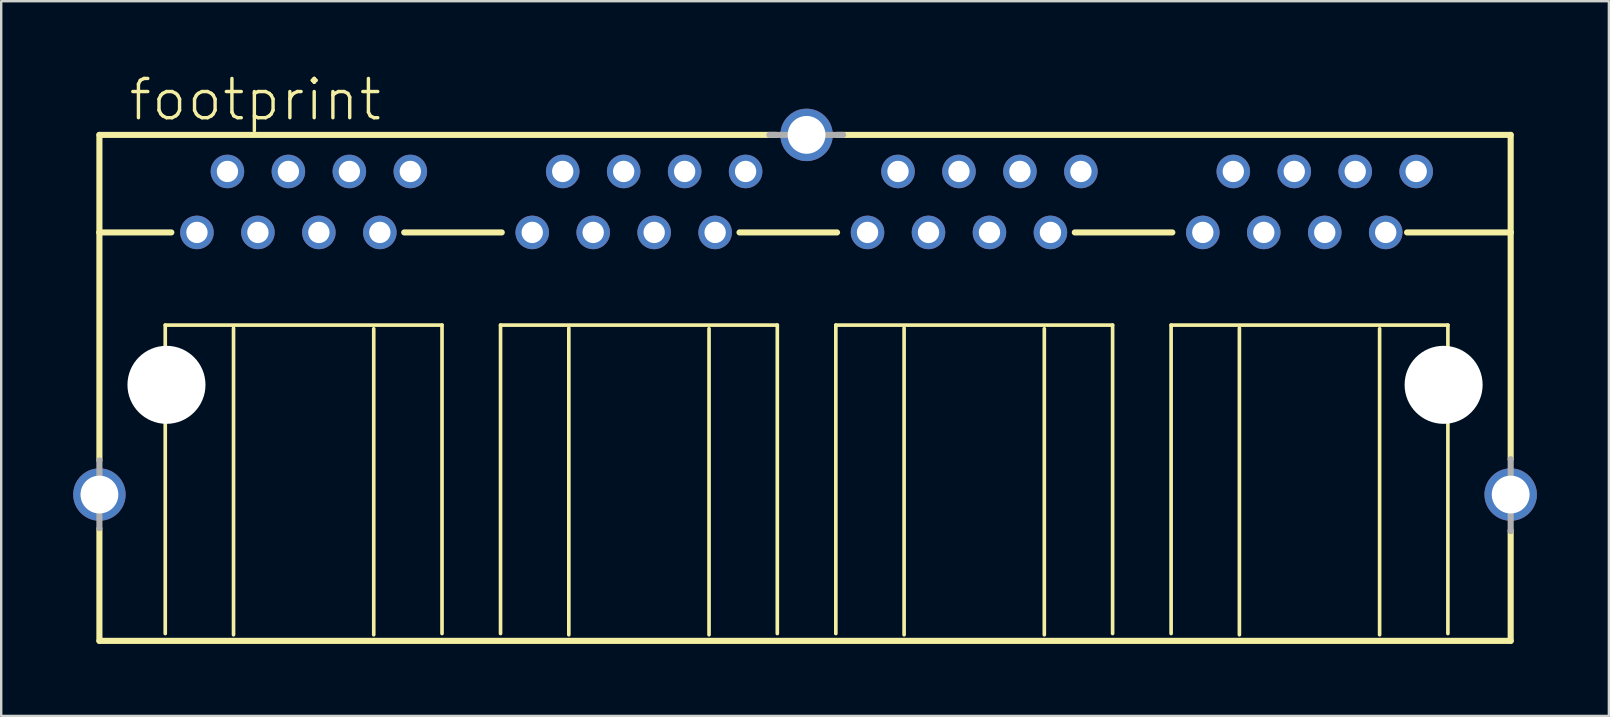
<source format=kicad_pcb>
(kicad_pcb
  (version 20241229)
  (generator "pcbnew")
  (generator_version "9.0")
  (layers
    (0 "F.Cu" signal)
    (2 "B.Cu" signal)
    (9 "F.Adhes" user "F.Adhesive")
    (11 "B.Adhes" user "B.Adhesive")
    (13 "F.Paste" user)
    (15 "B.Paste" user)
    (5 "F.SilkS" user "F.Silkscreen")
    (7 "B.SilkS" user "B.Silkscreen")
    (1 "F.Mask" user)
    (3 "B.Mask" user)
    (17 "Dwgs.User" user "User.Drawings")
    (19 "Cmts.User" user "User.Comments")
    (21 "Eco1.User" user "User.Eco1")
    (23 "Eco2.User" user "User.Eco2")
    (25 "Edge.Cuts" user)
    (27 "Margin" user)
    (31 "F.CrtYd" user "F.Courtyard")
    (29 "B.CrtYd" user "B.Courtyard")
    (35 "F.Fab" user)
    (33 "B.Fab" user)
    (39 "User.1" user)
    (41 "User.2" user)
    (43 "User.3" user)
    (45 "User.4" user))
  (footprint "footprint"
    (layer "F.Cu")
    (at 30.556 12.984)
    (property "Reference" "footprint" (at -28.321 -10.922 0) (layer "F.SilkS") (effects (font (size 1.636 1.636) (thickness 0.142)) (justify left bottom)))
    (fp_line (start -29.464 -10.414) (end -29.464 -6.35) (stroke (width 0.254) (type solid)) (layer "F.SilkS"))
    (fp_line (start -29.464 -6.35) (end -29.464 3.15) (stroke (width 0.254) (type solid)) (layer "F.SilkS"))
    (fp_line (start -29.464 5.994) (end -29.464 10.668) (stroke (width 0.254) (type solid)) (layer "F.SilkS"))
    (fp_line (start -29.464 10.668) (end 29.337 10.668) (stroke (width 0.254) (type solid)) (layer "F.SilkS"))
    (fp_line (start -26.721 -2.489) (end -26.721 10.363) (stroke (width 0.152) (type solid)) (layer "F.SilkS"))
    (fp_line (start -26.467 -6.35) (end -29.464 -6.35) (stroke (width 0.254) (type solid)) (layer "F.SilkS"))
    (fp_line (start -23.876 10.414) (end -23.876 -2.362) (stroke (width 0.152) (type solid)) (layer "F.SilkS"))
    (fp_line (start -18.034 -2.337) (end -18.034 10.414) (stroke (width 0.152) (type solid)) (layer "F.SilkS"))
    (fp_line (start -16.764 -6.35) (end -12.7 -6.35) (stroke (width 0.254) (type solid)) (layer "F.SilkS"))
    (fp_line (start -15.189 -2.489) (end -26.721 -2.489) (stroke (width 0.152) (type solid)) (layer "F.SilkS"))
    (fp_line (start -15.189 10.363) (end -15.189 -2.489) (stroke (width 0.152) (type solid)) (layer "F.SilkS"))
    (fp_line (start -12.751 -2.489) (end -12.751 10.363) (stroke (width 0.152) (type solid)) (layer "F.SilkS"))
    (fp_line (start -9.906 10.414) (end -9.906 -2.362) (stroke (width 0.152) (type solid)) (layer "F.SilkS"))
    (fp_line (start -4.064 -2.337) (end -4.064 10.414) (stroke (width 0.152) (type solid)) (layer "F.SilkS"))
    (fp_line (start -2.794 -6.35) (end 1.27 -6.35) (stroke (width 0.254) (type solid)) (layer "F.SilkS"))
    (fp_line (start -1.27 -10.414) (end -29.464 -10.414) (stroke (width 0.254) (type solid)) (layer "F.SilkS"))
    (fp_line (start -1.219 -2.489) (end -12.751 -2.489) (stroke (width 0.152) (type solid)) (layer "F.SilkS"))
    (fp_line (start -1.219 10.363) (end -1.219 -2.489) (stroke (width 0.152) (type solid)) (layer "F.SilkS"))
    (fp_line (start 1.219 -2.489) (end 1.219 10.363) (stroke (width 0.152) (type solid)) (layer "F.SilkS"))
    (fp_line (start 4.064 10.414) (end 4.064 -2.362) (stroke (width 0.152) (type solid)) (layer "F.SilkS"))
    (fp_line (start 9.906 -2.337) (end 9.906 10.414) (stroke (width 0.152) (type solid)) (layer "F.SilkS"))
    (fp_line (start 11.176 -6.35) (end 15.24 -6.35) (stroke (width 0.254) (type solid)) (layer "F.SilkS"))
    (fp_line (start 12.751 -2.489) (end 1.219 -2.489) (stroke (width 0.152) (type solid)) (layer "F.SilkS"))
    (fp_line (start 12.751 10.363) (end 12.751 -2.489) (stroke (width 0.152) (type solid)) (layer "F.SilkS"))
    (fp_line (start 15.189 -2.489) (end 15.189 10.363) (stroke (width 0.152) (type solid)) (layer "F.SilkS"))
    (fp_line (start 18.034 10.414) (end 18.034 -2.362) (stroke (width 0.152) (type solid)) (layer "F.SilkS"))
    (fp_line (start 23.876 -2.337) (end 23.876 10.414) (stroke (width 0.152) (type solid)) (layer "F.SilkS"))
    (fp_line (start 25.019 -6.35) (end 29.337 -6.35) (stroke (width 0.254) (type solid)) (layer "F.SilkS"))
    (fp_line (start 26.721 -2.489) (end 15.189 -2.489) (stroke (width 0.152) (type solid)) (layer "F.SilkS"))
    (fp_line (start 26.721 10.363) (end 26.721 -2.489) (stroke (width 0.152) (type solid)) (layer "F.SilkS"))
    (fp_line (start 29.337 -10.414) (end 1.27 -10.414) (stroke (width 0.254) (type solid)) (layer "F.SilkS"))
    (fp_line (start 29.337 -6.35) (end 29.337 -10.414) (stroke (width 0.254) (type solid)) (layer "F.SilkS"))
    (fp_line (start 29.337 3.099) (end 29.337 -6.35) (stroke (width 0.254) (type solid)) (layer "F.SilkS"))
    (fp_line (start 29.337 10.668) (end 29.337 6.071) (stroke (width 0.254) (type solid)) (layer "F.SilkS"))
    (fp_line (start -29.464 3.15) (end -29.464 5.969) (stroke (width 0.254) (type solid)) (layer "F.Fab"))
    (fp_line (start 1.524 -10.414) (end -1.549 -10.414) (stroke (width 0.254) (type solid)) (layer "F.Fab"))
    (fp_line (start 29.337 6.096) (end 29.337 3.099) (stroke (width 0.254) (type solid)) (layer "F.Fab"))
    (pad "" np_thru_hole circle (at -26.67 0) (size 3.251 3.251) (drill 3.251) (layers "*.Cu" "*.Mask"))
    (pad "" np_thru_hole circle (at 26.543 0) (size 3.251 3.251) (drill 3.251) (layers "*.Cu" "*.Mask"))
    (pad "1-1" thru_hole circle (at -25.4 -6.35) (size 1.397 1.397) (drill 0.889) (layers "*.Cu" "*.Mask"))
    (pad "1-2" thru_hole circle (at -24.13 -8.89) (size 1.397 1.397) (drill 0.889) (layers "*.Cu" "*.Mask"))
    (pad "1-3" thru_hole circle (at -22.86 -6.35) (size 1.397 1.397) (drill 0.889) (layers "*.Cu" "*.Mask"))
    (pad "1-4" thru_hole circle (at -21.59 -8.89) (size 1.397 1.397) (drill 0.889) (layers "*.Cu" "*.Mask"))
    (pad "1-5" thru_hole circle (at -20.32 -6.35) (size 1.397 1.397) (drill 0.889) (layers "*.Cu" "*.Mask"))
    (pad "1-6" thru_hole circle (at -19.05 -8.89) (size 1.397 1.397) (drill 0.889) (layers "*.Cu" "*.Mask"))
    (pad "1-7" thru_hole circle (at -17.78 -6.35) (size 1.397 1.397) (drill 0.889) (layers "*.Cu" "*.Mask"))
    (pad "1-8" thru_hole circle (at -16.51 -8.89) (size 1.397 1.397) (drill 0.889) (layers "*.Cu" "*.Mask"))
    (pad "2-1" thru_hole circle (at -11.43 -6.35) (size 1.397 1.397) (drill 0.889) (layers "*.Cu" "*.Mask"))
    (pad "2-2" thru_hole circle (at -10.16 -8.89) (size 1.397 1.397) (drill 0.889) (layers "*.Cu" "*.Mask"))
    (pad "2-3" thru_hole circle (at -8.89 -6.35) (size 1.397 1.397) (drill 0.889) (layers "*.Cu" "*.Mask"))
    (pad "2-4" thru_hole circle (at -7.62 -8.89) (size 1.397 1.397) (drill 0.889) (layers "*.Cu" "*.Mask"))
    (pad "2-5" thru_hole circle (at -6.35 -6.35) (size 1.397 1.397) (drill 0.889) (layers "*.Cu" "*.Mask"))
    (pad "2-6" thru_hole circle (at -5.08 -8.89) (size 1.397 1.397) (drill 0.889) (layers "*.Cu" "*.Mask"))
    (pad "2-7" thru_hole circle (at -3.81 -6.35) (size 1.397 1.397) (drill 0.889) (layers "*.Cu" "*.Mask"))
    (pad "2-8" thru_hole circle (at -2.54 -8.89) (size 1.397 1.397) (drill 0.889) (layers "*.Cu" "*.Mask"))
    (pad "3-1" thru_hole circle (at 2.54 -6.35) (size 1.397 1.397) (drill 0.889) (layers "*.Cu" "*.Mask"))
    (pad "3-2" thru_hole circle (at 3.81 -8.89) (size 1.397 1.397) (drill 0.889) (layers "*.Cu" "*.Mask"))
    (pad "3-3" thru_hole circle (at 5.08 -6.35) (size 1.397 1.397) (drill 0.889) (layers "*.Cu" "*.Mask"))
    (pad "3-4" thru_hole circle (at 6.35 -8.89) (size 1.397 1.397) (drill 0.889) (layers "*.Cu" "*.Mask"))
    (pad "3-5" thru_hole circle (at 7.62 -6.35) (size 1.397 1.397) (drill 0.889) (layers "*.Cu" "*.Mask"))
    (pad "3-6" thru_hole circle (at 8.89 -8.89) (size 1.397 1.397) (drill 0.889) (layers "*.Cu" "*.Mask"))
    (pad "3-7" thru_hole circle (at 10.16 -6.35) (size 1.397 1.397) (drill 0.889) (layers "*.Cu" "*.Mask"))
    (pad "3-8" thru_hole circle (at 11.43 -8.89) (size 1.397 1.397) (drill 0.889) (layers "*.Cu" "*.Mask"))
    (pad "4-1" thru_hole circle (at 16.51 -6.35) (size 1.397 1.397) (drill 0.889) (layers "*.Cu" "*.Mask"))
    (pad "4-2" thru_hole circle (at 17.78 -8.89) (size 1.397 1.397) (drill 0.889) (layers "*.Cu" "*.Mask"))
    (pad "4-3" thru_hole circle (at 19.05 -6.35) (size 1.397 1.397) (drill 0.889) (layers "*.Cu" "*.Mask"))
    (pad "4-4" thru_hole circle (at 20.32 -8.89) (size 1.397 1.397) (drill 0.889) (layers "*.Cu" "*.Mask"))
    (pad "4-5" thru_hole circle (at 21.59 -6.35) (size 1.397 1.397) (drill 0.889) (layers "*.Cu" "*.Mask"))
    (pad "4-6" thru_hole circle (at 22.86 -8.89) (size 1.397 1.397) (drill 0.889) (layers "*.Cu" "*.Mask"))
    (pad "4-7" thru_hole circle (at 24.13 -6.35) (size 1.397 1.397) (drill 0.889) (layers "*.Cu" "*.Mask"))
    (pad "4-8" thru_hole circle (at 25.4 -8.89) (size 1.397 1.397) (drill 0.889) (layers "*.Cu" "*.Mask"))
    (pad "G1" thru_hole circle (at -29.464 4.572) (size 2.184 2.184) (drill 1.575) (layers "*.Cu" "*.Mask"))
    (pad "G2" thru_hole circle (at 0 -10.414) (size 2.184 2.184) (drill 1.575) (layers "*.Cu" "*.Mask"))
    (pad "G3" thru_hole circle (at 29.337 4.572) (size 2.184 2.184) (drill 1.575) (layers "*.Cu" "*.Mask")))
  (gr_rect
    (start -3 -3)
    (end 63.985 26.779)
    (stroke (width 0.1) (type default))
    (fill no)
    (layer "Edge.Cuts")))
</source>
